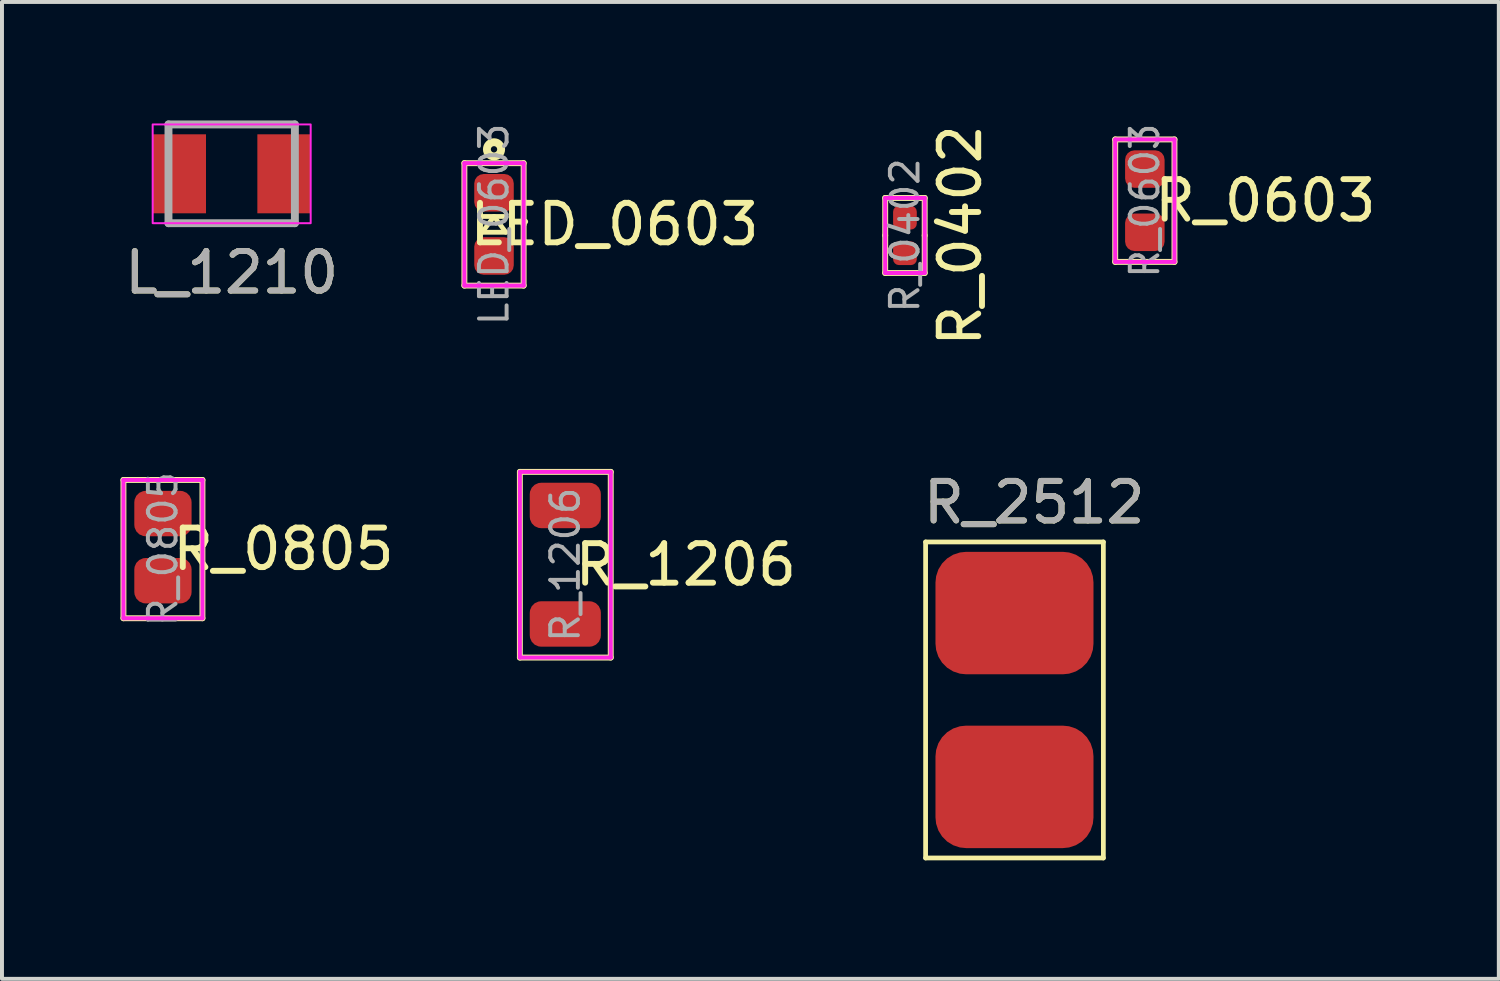
<source format=kicad_pcb>
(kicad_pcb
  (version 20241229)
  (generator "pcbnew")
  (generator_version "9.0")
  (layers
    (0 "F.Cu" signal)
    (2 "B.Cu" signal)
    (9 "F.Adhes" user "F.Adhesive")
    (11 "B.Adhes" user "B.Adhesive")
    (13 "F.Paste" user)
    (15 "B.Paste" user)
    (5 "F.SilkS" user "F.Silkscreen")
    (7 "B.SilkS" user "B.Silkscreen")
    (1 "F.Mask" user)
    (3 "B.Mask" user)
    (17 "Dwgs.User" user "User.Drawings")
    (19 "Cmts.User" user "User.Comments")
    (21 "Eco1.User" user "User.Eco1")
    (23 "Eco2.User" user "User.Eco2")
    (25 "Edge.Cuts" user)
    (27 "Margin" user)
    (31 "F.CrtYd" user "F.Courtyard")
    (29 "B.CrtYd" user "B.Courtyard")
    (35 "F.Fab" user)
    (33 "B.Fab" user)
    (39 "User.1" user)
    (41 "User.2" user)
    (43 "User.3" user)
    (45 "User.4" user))
  (footprint "R_0805"
    (layer "F.Cu")
    (at 1.075 10.851)
    (property "Reference" "R_0805" (at 3.05 0 0) (unlocked yes) (layer "F.SilkS") (effects (font (size 1 1) (thickness 0.15))))
    (attr smd)
    (fp_line (start -1 -1.75) (end -1 1.75) (stroke (width 0.15) (type solid)) (layer "F.SilkS"))
    (fp_line (start -1 1.75) (end 1 1.75) (stroke (width 0.15) (type solid)) (layer "F.SilkS"))
    (fp_line (start 1 -1.75) (end -1 -1.75) (stroke (width 0.15) (type solid)) (layer "F.SilkS"))
    (fp_line (start 1 1.75) (end 1 -1.75) (stroke (width 0.15) (type solid)) (layer "F.SilkS"))
    (fp_line (start -1 -1.75) (end -1 1.75) (stroke (width 0.1) (type solid)) (layer "F.CrtYd"))
    (fp_line (start 1 -1.75) (end -1 -1.75) (stroke (width 0.1) (type solid)) (layer "F.CrtYd"))
    (fp_line (start 1 1.75) (end -1 1.75) (stroke (width 0.1) (type solid)) (layer "F.CrtYd"))
    (fp_line (start 1 1.75) (end 1 -1.75) (stroke (width 0.1) (type solid)) (layer "F.CrtYd"))
    (fp_text user "${REFERENCE}" (at 0 0 90) (unlocked yes) (layer "F.Fab") (effects (font (size 0.7 0.7) (thickness 0.1))))
    (pad "1" smd roundrect (at 0 -0.9) (size 1.45 1.15) (layers "F.Cu" "F.Mask" "F.Paste") (roundrect_rratio 0.25))
    (pad "2" smd roundrect (at 0 0.8) (size 1.45 1.15) (layers "F.Cu" "F.Mask" "F.Paste") (roundrect_rratio 0.25)))
  (footprint "R_2512"
    (layer "F.Cu")
    (at 22.632 14.67)
    (property "Reference" "R_2512" (at 0.5 -5 0) (unlocked yes) (layer "F.SilkS") (effects (font (size 1 1) (thickness 0.15))))
    (attr smd)
    (fp_line (start -2.25 -4) (end 2.25 -4) (stroke (width 0.12) (type solid)) (layer "F.SilkS"))
    (fp_line (start -2.25 4) (end -2.25 -4) (stroke (width 0.12) (type solid)) (layer "F.SilkS"))
    (fp_line (start 2.25 -4) (end 2.25 4) (stroke (width 0.12) (type solid)) (layer "F.SilkS"))
    (fp_line (start 2.25 4) (end -2.25 4) (stroke (width 0.12) (type solid)) (layer "F.SilkS"))
    (fp_text user "${REFERENCE}" (at 0.5 -5 0) (unlocked yes) (layer "F.Fab") (effects (font (size 1 1) (thickness 0.15))))
    (pad "1" smd roundrect (at 0 -2.2) (size 4 3.1) (layers "F.Cu" "F.Mask" "F.Paste") (roundrect_rratio 0.25))
    (pad "2" smd roundrect (at 0 2.2) (size 4 3.1) (layers "F.Cu" "F.Mask" "F.Paste") (roundrect_rratio 0.25)))
  (footprint "L_1210"
    (layer "F.Cu")
    (at 2.815 1.35)
    (property "Reference" "L_1210" (at 0 2.5 0) (unlocked yes) (layer "F.SilkS") (effects (font (size 1 1) (thickness 0.15))))
    (attr smd)
    (fp_line (start -1.6 -1.25) (end 1.5 -1.25) (stroke (width 0.1) (type solid)) (layer "F.SilkS"))
    (fp_line (start -1.5 1.25) (end 1.6 1.25) (stroke (width 0.1) (type solid)) (layer "F.SilkS"))
    (fp_rect (start -2 1.25) (end 2 -1.25) (stroke (width 0.05) (type solid)) (fill no) (layer "F.CrtYd"))
    (fp_line (start -1.6 -1.25) (end 1.6 -1.25) (stroke (width 0.2) (type solid)) (layer "F.Fab"))
    (fp_line (start -1.6 1.25) (end -1.6 -1.25) (stroke (width 0.2) (type solid)) (layer "F.Fab"))
    (fp_line (start 1.6 -1.25) (end 1.6 1.25) (stroke (width 0.2) (type solid)) (layer "F.Fab"))
    (fp_line (start 1.6 1.25) (end -1.6 1.25) (stroke (width 0.2) (type solid)) (layer "F.Fab"))
    (fp_text user "${REFERENCE}" (at 0 2.5 0) (unlocked yes) (layer "F.Fab") (effects (font (size 1 1) (thickness 0.15))))
    (pad "1" smd rect (at -1.325 0) (size 1.35 2) (layers "F.Cu" "F.Mask" "F.Paste"))
    (pad "2" smd rect (at 1.325 0) (size 1.35 2) (layers "F.Cu" "F.Mask" "F.Paste")))
  (footprint "R_0402"
    (layer "F.Cu")
    (at 19.859 2.911)
    (property "Reference" "R_0402" (at 1.4 0 90) (unlocked yes) (layer "F.SilkS") (effects (font (size 1 1) (thickness 0.15))))
    (attr smd)
    (fp_line (start -0.5 -0.95) (end 0.5 -0.95) (stroke (width 0.15) (type solid)) (layer "F.SilkS"))
    (fp_line (start -0.5 0) (end -0.5 -0.95) (stroke (width 0.15) (type solid)) (layer "F.SilkS"))
    (fp_line (start -0.5 0) (end -0.5 0.95) (stroke (width 0.15) (type solid)) (layer "F.SilkS"))
    (fp_line (start -0.5 0.95) (end 0.5 0.95) (stroke (width 0.15) (type solid)) (layer "F.SilkS"))
    (fp_line (start 0.5 0) (end 0.5 -0.95) (stroke (width 0.15) (type solid)) (layer "F.SilkS"))
    (fp_line (start 0.5 0) (end 0.5 0.95) (stroke (width 0.15) (type solid)) (layer "F.SilkS"))
    (fp_line (start -0.5 -0.95) (end 0.5 -0.95) (stroke (width 0.1) (type solid)) (layer "F.CrtYd"))
    (fp_line (start -0.5 0.95) (end -0.5 -0.95) (stroke (width 0.1) (type solid)) (layer "F.CrtYd"))
    (fp_line (start 0.5 -0.95) (end 0.5 0.95) (stroke (width 0.1) (type solid)) (layer "F.CrtYd"))
    (fp_line (start 0.5 0.95) (end -0.5 0.95) (stroke (width 0.1) (type solid)) (layer "F.CrtYd"))
    (fp_text user "${REFERENCE}" (at 0 0 90) (unlocked yes) (layer "F.Fab") (effects (font (size 0.7 0.7) (thickness 0.1))))
    (pad "1" smd roundrect (at 0 -0.45) (size 0.6 0.6) (layers "F.Cu" "F.Mask" "F.Paste") (roundrect_rratio 0.25))
    (pad "2" smd roundrect (at 0 0.45) (size 0.6 0.6) (layers "F.Cu" "F.Mask" "F.Paste") (roundrect_rratio 0.25)))
  (footprint "R_1206"
    (layer "F.Cu")
    (at 11.261 11.246)
    (property "Reference" "R_1206" (at 3.05 0 0) (unlocked yes) (layer "F.SilkS") (effects (font (size 1 1) (thickness 0.15))))
    (attr smd)
    (fp_line (start -1.15 -2.35) (end -1.15 2.35) (stroke (width 0.15) (type solid)) (layer "F.SilkS"))
    (fp_line (start -1.15 2.35) (end 1.15 2.35) (stroke (width 0.15) (type solid)) (layer "F.SilkS"))
    (fp_line (start 1.15 -2.35) (end -1.15 -2.35) (stroke (width 0.15) (type solid)) (layer "F.SilkS"))
    (fp_line (start 1.15 2.35) (end 1.15 -2.35) (stroke (width 0.15) (type solid)) (layer "F.SilkS"))
    (fp_line (start -1.15 -2.35) (end -1.15 2.35) (stroke (width 0.1) (type solid)) (layer "F.CrtYd"))
    (fp_line (start 1.15 -2.35) (end -1.15 -2.35) (stroke (width 0.1) (type solid)) (layer "F.CrtYd"))
    (fp_line (start 1.15 2.35) (end -1.15 2.35) (stroke (width 0.1) (type solid)) (layer "F.CrtYd"))
    (fp_line (start 1.15 2.35) (end 1.15 -2.35) (stroke (width 0.1) (type solid)) (layer "F.CrtYd"))
    (fp_text user "${REFERENCE}" (at 0 0 90) (unlocked yes) (layer "F.Fab") (effects (font (size 0.7 0.7) (thickness 0.1))))
    (pad "1" smd roundrect (at 0 -1.5) (size 1.8 1.15) (layers "F.Cu" "F.Mask" "F.Paste") (roundrect_rratio 0.25))
    (pad "2" smd roundrect (at 0 1.5) (size 1.8 1.15) (layers "F.Cu" "F.Mask" "F.Paste") (roundrect_rratio 0.25)))
  (footprint "LED_0603"
    (layer "F.Cu")
    (at 9.456 2.63)
    (property "Reference" "LED_0603" (at 3.05 0 0) (unlocked yes) (layer "F.SilkS") (effects (font (size 1 1) (thickness 0.15))))
    (attr smd)
    (fp_line (start -0.75 -1.55) (end -0.75 1.55) (stroke (width 0.15) (type solid)) (layer "F.SilkS"))
    (fp_line (start -0.75 1.55) (end 0.75 1.55) (stroke (width 0.15) (type solid)) (layer "F.SilkS"))
    (fp_line (start -0.3 -0.2) (end 0.3 -0.2) (stroke (width 0.12) (type solid)) (layer "F.SilkS"))
    (fp_line (start -0.3 0.2) (end 0.3 0.2) (stroke (width 0.12) (type solid)) (layer "F.SilkS"))
    (fp_line (start 0 -0.2) (end -0.3 0.2) (stroke (width 0.12) (type solid)) (layer "F.SilkS"))
    (fp_line (start 0.3 0.2) (end 0 -0.2) (stroke (width 0.12) (type solid)) (layer "F.SilkS"))
    (fp_line (start 0.75 -1.55) (end -0.75 -1.55) (stroke (width 0.15) (type solid)) (layer "F.SilkS"))
    (fp_line (start 0.75 0) (end 0.75 -1.55) (stroke (width 0.15) (type solid)) (layer "F.SilkS"))
    (fp_line (start 0.75 1.55) (end 0.75 0) (stroke (width 0.15) (type solid)) (layer "F.SilkS"))
    (fp_circle (center 0 -1.9) (end 0.08 -1.9) (stroke (width 0.2) (type solid)) (fill no) (layer "F.SilkS"))
    (fp_line (start -0.75 -1.55) (end -0.75 1.55) (stroke (width 0.1) (type solid)) (layer "F.CrtYd"))
    (fp_line (start 0.75 -1.55) (end -0.75 -1.55) (stroke (width 0.1) (type solid)) (layer "F.CrtYd"))
    (fp_line (start 0.75 1.55) (end -0.75 1.55) (stroke (width 0.1) (type solid)) (layer "F.CrtYd"))
    (fp_line (start 0.75 1.55) (end 0.75 -1.55) (stroke (width 0.1) (type solid)) (layer "F.CrtYd"))
    (fp_text user "${REFERENCE}" (at 0 0 90) (unlocked yes) (layer "F.Fab") (effects (font (size 0.7 0.7) (thickness 0.1))))
    (pad "1" smd roundrect (at 0 -0.8) (size 1 0.95) (layers "F.Cu" "F.Mask" "F.Paste") (roundrect_rratio 0.25))
    (pad "2" smd roundrect (at 0 0.8) (size 1 0.95) (layers "F.Cu" "F.Mask" "F.Paste") (roundrect_rratio 0.25)))
  (footprint "R_0603"
    (layer "F.Cu")
    (at 25.932 2.03)
    (property "Reference" "R_0603" (at 3.05 0 0) (unlocked yes) (layer "F.SilkS") (effects (font (size 1 1) (thickness 0.15))))
    (attr smd)
    (fp_line (start -0.75 -1.55) (end -0.75 1.55) (stroke (width 0.15) (type solid)) (layer "F.SilkS"))
    (fp_line (start -0.75 1.55) (end 0.75 1.55) (stroke (width 0.15) (type solid)) (layer "F.SilkS"))
    (fp_line (start 0.75 -1.55) (end -0.75 -1.55) (stroke (width 0.15) (type solid)) (layer "F.SilkS"))
    (fp_line (start 0.75 0) (end 0.75 -1.55) (stroke (width 0.15) (type solid)) (layer "F.SilkS"))
    (fp_line (start 0.75 1.55) (end 0.75 0) (stroke (width 0.15) (type solid)) (layer "F.SilkS"))
    (fp_line (start -0.75 -1.55) (end -0.75 1.55) (stroke (width 0.1) (type solid)) (layer "F.CrtYd"))
    (fp_line (start 0.75 -1.55) (end -0.75 -1.55) (stroke (width 0.1) (type solid)) (layer "F.CrtYd"))
    (fp_line (start 0.75 1.55) (end -0.75 1.55) (stroke (width 0.1) (type solid)) (layer "F.CrtYd"))
    (fp_line (start 0.75 1.55) (end 0.75 -1.55) (stroke (width 0.1) (type solid)) (layer "F.CrtYd"))
    (fp_text user "${REFERENCE}" (at 0 0 90) (unlocked yes) (layer "F.Fab") (effects (font (size 0.7 0.7) (thickness 0.1))))
    (pad "1" smd roundrect (at 0 -0.8) (size 1 0.95) (layers "F.Cu" "F.Mask" "F.Paste") (roundrect_rratio 0.25))
    (pad "2" smd roundrect (at 0 0.8) (size 1 0.95) (layers "F.Cu" "F.Mask" "F.Paste") (roundrect_rratio 0.25)))
  (gr_rect
    (start -3 -3)
    (end 34.893 21.73)
    (stroke (width 0.1) (type default))
    (fill no)
    (layer "Edge.Cuts")))
</source>
